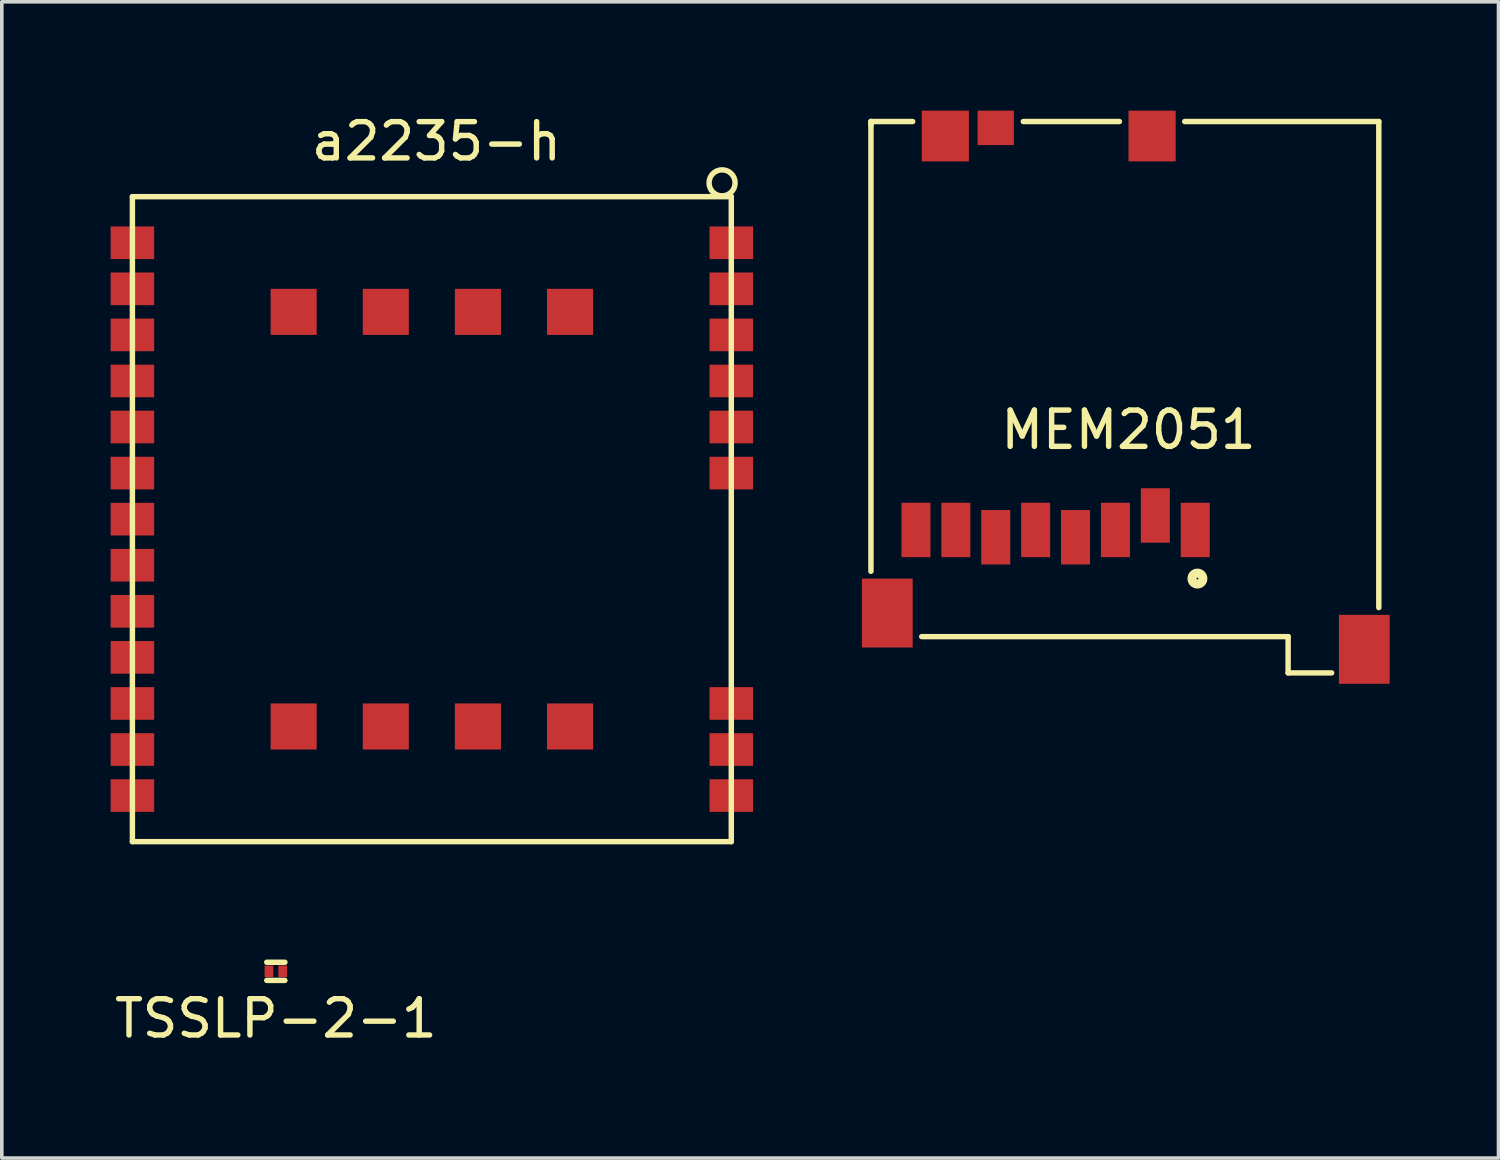
<source format=kicad_pcb>
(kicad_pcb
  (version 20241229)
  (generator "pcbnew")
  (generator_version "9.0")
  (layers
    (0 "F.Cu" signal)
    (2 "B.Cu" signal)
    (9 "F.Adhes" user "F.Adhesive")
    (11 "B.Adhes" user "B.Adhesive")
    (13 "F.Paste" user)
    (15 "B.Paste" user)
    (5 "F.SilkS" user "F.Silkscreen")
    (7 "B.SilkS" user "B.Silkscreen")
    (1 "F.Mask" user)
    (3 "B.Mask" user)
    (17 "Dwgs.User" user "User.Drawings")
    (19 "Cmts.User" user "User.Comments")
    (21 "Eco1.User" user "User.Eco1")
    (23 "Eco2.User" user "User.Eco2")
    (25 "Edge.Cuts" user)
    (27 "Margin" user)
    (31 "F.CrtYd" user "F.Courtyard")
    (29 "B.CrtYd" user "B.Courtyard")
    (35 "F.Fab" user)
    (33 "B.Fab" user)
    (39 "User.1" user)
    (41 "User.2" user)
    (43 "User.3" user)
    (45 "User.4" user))
  (footprint "MEM2051"
    (layer "F.Cu")
    (at 20.96 0.3)
    (property "Reference" "MEM2051" (at 7.1 8.5 0) (layer "F.SilkS") (effects (font (size 1 1) (thickness 0.15))))
    (attr through_hole)
    (fp_line (start 0 0) (end 0 0.1) (stroke (width 0.15) (type solid)) (layer "F.SilkS"))
    (fp_line (start 0 12.4) (end 0 0) (stroke (width 0.15) (type solid)) (layer "F.SilkS"))
    (fp_line (start 1.15 0) (end 0 0) (stroke (width 0.15) (type solid)) (layer "F.SilkS"))
    (fp_line (start 1.4 14.2) (end 11.5 14.2) (stroke (width 0.15) (type solid)) (layer "F.SilkS"))
    (fp_line (start 6.85 0) (end 4.2 0) (stroke (width 0.15) (type solid)) (layer "F.SilkS"))
    (fp_line (start 11.5 15.2) (end 11.5 14.2) (stroke (width 0.15) (type solid)) (layer "F.SilkS"))
    (fp_line (start 11.5 15.2) (end 12.7 15.2) (stroke (width 0.15) (type solid)) (layer "F.SilkS"))
    (fp_line (start 14 0) (end 8.65 0) (stroke (width 0.15) (type solid)) (layer "F.SilkS"))
    (fp_line (start 14 0) (end 14 13.4) (stroke (width 0.15) (type solid)) (layer "F.SilkS"))
    (fp_circle (center 9 12.6) (end 9.1 12.6) (stroke (width 0.15) (type solid)) (fill no) (layer "F.SilkS"))
    (fp_circle (center 9 12.6) (end 9.2 12.6) (stroke (width 0.15) (type solid)) (fill no) (layer "F.SilkS"))
    (pad "" connect rect (at 0.45 13.55) (size 1.4 1.9) (layers "F.Cu" "F.Mask"))
    (pad "" connect rect (at 2.05 0.4) (size 1.3 1.4) (layers "F.Cu" "F.Mask"))
    (pad "" connect rect (at 7.75 0.4) (size 1.3 1.4) (layers "F.Cu" "F.Mask"))
    (pad "" connect rect (at 13.6 14.55) (size 1.4 1.9) (layers "F.Cu" "F.Mask"))
    (pad "1" smd rect (at 8.94 11.26) (size 0.8 1.5) (layers "F.Cu" "F.Mask" "F.Paste"))
    (pad "2" smd rect (at 7.84 10.86) (size 0.8 1.5) (layers "F.Cu" "F.Mask" "F.Paste"))
    (pad "3" smd rect (at 6.74 11.26) (size 0.8 1.5) (layers "F.Cu" "F.Mask" "F.Paste"))
    (pad "4" smd rect (at 5.64 11.46) (size 0.8 1.5) (layers "F.Cu" "F.Mask" "F.Paste"))
    (pad "5" smd rect (at 4.54 11.26) (size 0.8 1.5) (layers "F.Cu" "F.Mask" "F.Paste"))
    (pad "6" smd rect (at 3.44 11.46) (size 0.8 1.5) (layers "F.Cu" "F.Mask" "F.Paste"))
    (pad "7" smd rect (at 2.34 11.26) (size 0.8 1.5) (layers "F.Cu" "F.Mask" "F.Paste"))
    (pad "8" smd rect (at 1.24 11.26) (size 0.8 1.5) (layers "F.Cu" "F.Mask" "F.Paste"))
    (pad "9" smd rect (at 3.44 0.175) (size 1 0.95) (layers "F.Cu" "F.Mask" "F.Paste")))
  (footprint "TSSLP-2-1"
    (layer "F.Cu")
    (at 4.554 23.727)
    (property "Reference" "TSSLP-2-1" (at 0 1.3 0) (layer "F.SilkS") (effects (font (size 1 1) (thickness 0.15))))
    (attr through_hole)
    (fp_line (start -0.25 -0.25) (end 0.25 -0.25) (stroke (width 0.15) (type solid)) (layer "F.SilkS"))
    (fp_line (start -0.25 0.25) (end 0.25 0.25) (stroke (width 0.15) (type solid)) (layer "F.SilkS"))
    (pad "1" smd rect (at -0.19 0) (size 0.24 0.32) (layers "F.Cu" "F.Mask" "F.Paste"))
    (pad "2" smd rect (at 0.19 0) (size 0.24 0.32) (layers "F.Cu" "F.Mask" "F.Paste")))
  (footprint "a2235-h"
    (layer "F.Cu")
    (at 0.6 20.152)
    (property "Reference" "a2235-h" (at 8.382 -19.304 0) (layer "F.SilkS") (effects (font (size 1 1) (thickness 0.15))))
    (attr through_hole)
    (fp_line (start 0 -17.78) (end 16.51 -17.78) (stroke (width 0.15) (type solid)) (layer "F.SilkS"))
    (fp_line (start 0 0) (end 0 -17.78) (stroke (width 0.15) (type solid)) (layer "F.SilkS"))
    (fp_line (start 16.51 -17.78) (end 16.51 0) (stroke (width 0.15) (type solid)) (layer "F.SilkS"))
    (fp_line (start 16.51 0) (end 0 0) (stroke (width 0.15) (type solid)) (layer "F.SilkS"))
    (fp_circle (center 16.256 -18.161) (end 16.51 -18.415) (stroke (width 0.15) (type solid)) (fill no) (layer "F.SilkS"))
    (pad "1" smd rect (at 16.51 -16.51) (size 1.2 0.9) (layers "F.Cu" "F.Mask" "F.Paste"))
    (pad "2" smd rect (at 16.51 -15.24) (size 1.2 0.9) (layers "F.Cu" "F.Mask" "F.Paste"))
    (pad "3" smd rect (at 16.51 -13.97) (size 1.2 0.9) (layers "F.Cu" "F.Mask" "F.Paste"))
    (pad "4" smd rect (at 16.51 -12.7) (size 1.2 0.9) (layers "F.Cu" "F.Mask" "F.Paste"))
    (pad "5" smd rect (at 16.51 -11.43) (size 1.2 0.9) (layers "F.Cu" "F.Mask" "F.Paste"))
    (pad "6" smd rect (at 16.51 -10.16) (size 1.2 0.9) (layers "F.Cu" "F.Mask" "F.Paste"))
    (pad "7" smd rect (at 16.51 -3.81) (size 1.2 0.9) (layers "F.Cu" "F.Mask" "F.Paste"))
    (pad "8" smd rect (at 16.51 -2.54) (size 1.2 0.9) (layers "F.Cu" "F.Mask" "F.Paste"))
    (pad "9" smd rect (at 16.51 -1.27) (size 1.2 0.9) (layers "F.Cu" "F.Mask" "F.Paste"))
    (pad "10" smd rect (at 0 -1.27) (size 1.2 0.9) (layers "F.Cu" "F.Mask" "F.Paste"))
    (pad "11" smd rect (at 0 -2.54) (size 1.2 0.9) (layers "F.Cu" "F.Mask" "F.Paste"))
    (pad "12" smd rect (at 0 -3.81) (size 1.2 0.9) (layers "F.Cu" "F.Mask" "F.Paste"))
    (pad "13" smd rect (at 0 -5.08) (size 1.2 0.9) (layers "F.Cu" "F.Mask" "F.Paste"))
    (pad "14" smd rect (at 0 -6.35) (size 1.2 0.9) (layers "F.Cu" "F.Mask" "F.Paste"))
    (pad "15" smd rect (at 0 -7.62) (size 1.2 0.9) (layers "F.Cu" "F.Mask" "F.Paste"))
    (pad "16" smd rect (at 0 -8.89) (size 1.2 0.9) (layers "F.Cu" "F.Mask" "F.Paste"))
    (pad "17" smd rect (at 0 -10.16) (size 1.2 0.9) (layers "F.Cu" "F.Mask" "F.Paste"))
    (pad "18" smd rect (at 0 -11.43) (size 1.2 0.9) (layers "F.Cu" "F.Mask" "F.Paste"))
    (pad "19" smd rect (at 0 -12.7) (size 1.2 0.9) (layers "F.Cu" "F.Mask" "F.Paste"))
    (pad "20" smd rect (at 0 -13.97) (size 1.2 0.9) (layers "F.Cu" "F.Mask" "F.Paste"))
    (pad "21" smd rect (at 0 -15.24) (size 1.2 0.9) (layers "F.Cu" "F.Mask" "F.Paste"))
    (pad "22" smd rect (at 0 -16.51) (size 1.2 0.9) (layers "F.Cu" "F.Mask" "F.Paste"))
    (pad "23" smd rect (at 4.445 -3.175) (size 1.27 1.27) (layers "F.Cu" "F.Mask" "F.Paste"))
    (pad "24" smd rect (at 6.985 -3.175) (size 1.27 1.27) (layers "F.Cu" "F.Mask" "F.Paste"))
    (pad "25" smd rect (at 9.525 -3.175) (size 1.27 1.27) (layers "F.Cu" "F.Mask" "F.Paste"))
    (pad "26" smd rect (at 12.065 -3.175) (size 1.27 1.27) (layers "F.Cu" "F.Mask" "F.Paste"))
    (pad "27" smd rect (at 4.445 -14.605) (size 1.27 1.27) (layers "F.Cu" "F.Mask" "F.Paste"))
    (pad "28" smd rect (at 6.985 -14.605) (size 1.27 1.27) (layers "F.Cu" "F.Mask" "F.Paste"))
    (pad "29" smd rect (at 9.525 -14.605) (size 1.27 1.27) (layers "F.Cu" "F.Mask" "F.Paste"))
    (pad "30" smd rect (at 12.065 -14.605) (size 1.27 1.27) (layers "F.Cu" "F.Mask" "F.Paste")))
  (gr_rect
    (start -3 -3)
    (end 38.26 28.875)
    (stroke (width 0.1) (type default))
    (fill no)
    (layer "Edge.Cuts")))
</source>
